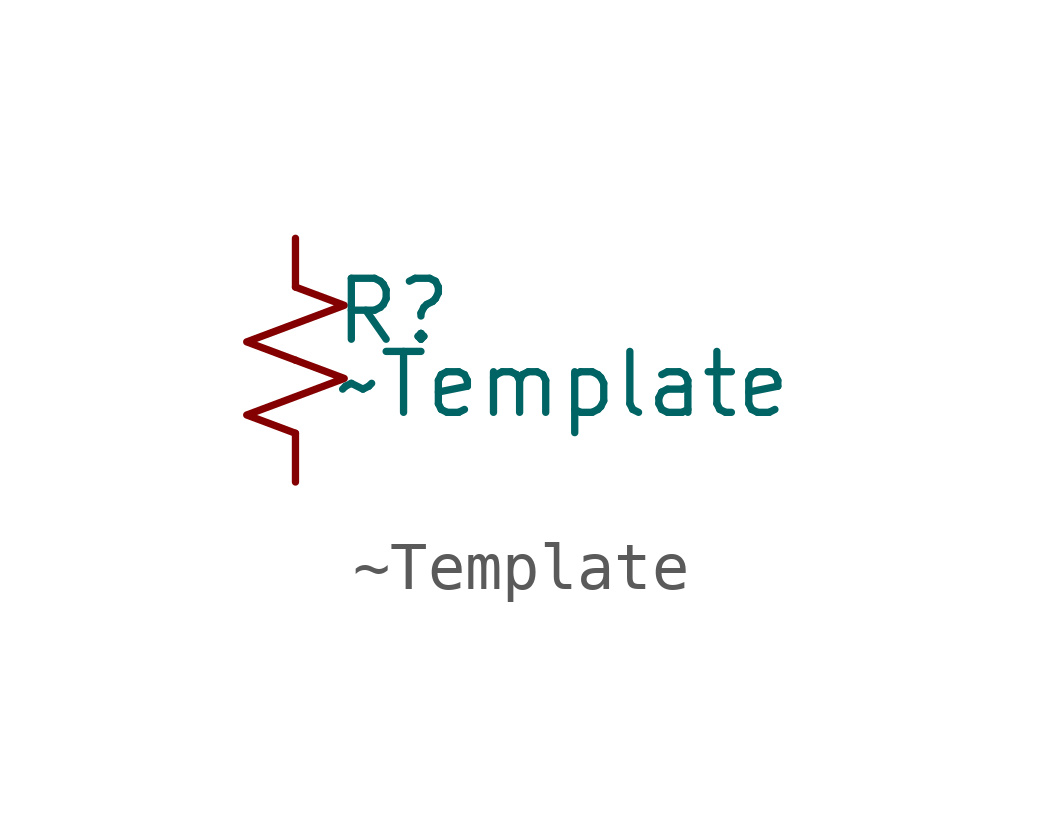
<source format=kicad_sym>
(kicad_symbol_lib
  (version 20241209)
  (generator "kicad_symbol_editor")
  (generator_version "9.0")
  (symbol "~Template"
    (pin_numbers
      (hide yes))
    (pin_names
      (offset 0.254)
      (hide yes))
    (property "Reference" "R"
      (at 0.762 1.016 0)
      (effects (font (size 1.27 1.27)) (justify left)))
    (property "Value" "~Template"
      (at 0.762 -0.508 0)
      (effects (font (size 1.27 1.27)) (justify left)))
    (symbol "~Template_1_1"
      (polyline (pts (xy 0 1.524) (xy 1.016 1.143) (xy 0 0.762) (xy -1.016 0.381) (xy 0 0)) (stroke (width 0) (type default)) (fill (type none)))
      (polyline (pts (xy 0 0) (xy 1.016 -0.381) (xy 0 -0.762) (xy -1.016 -1.143) (xy 0 -1.524)) (stroke (width 0) (type default)) (fill (type none)))
      (pin passive line (at 0 2.54 270) (length 1.016) (name "~" (effects (font (size 1.27 1.27)))) (number "1" (effects (font (size 1.27 1.27)))))
      (pin passive line (at 0 -2.54 90) (length 1.016) (name "~" (effects (font (size 1.27 1.27)))) (number "2" (effects (font (size 1.27 1.27))))))))
</source>
